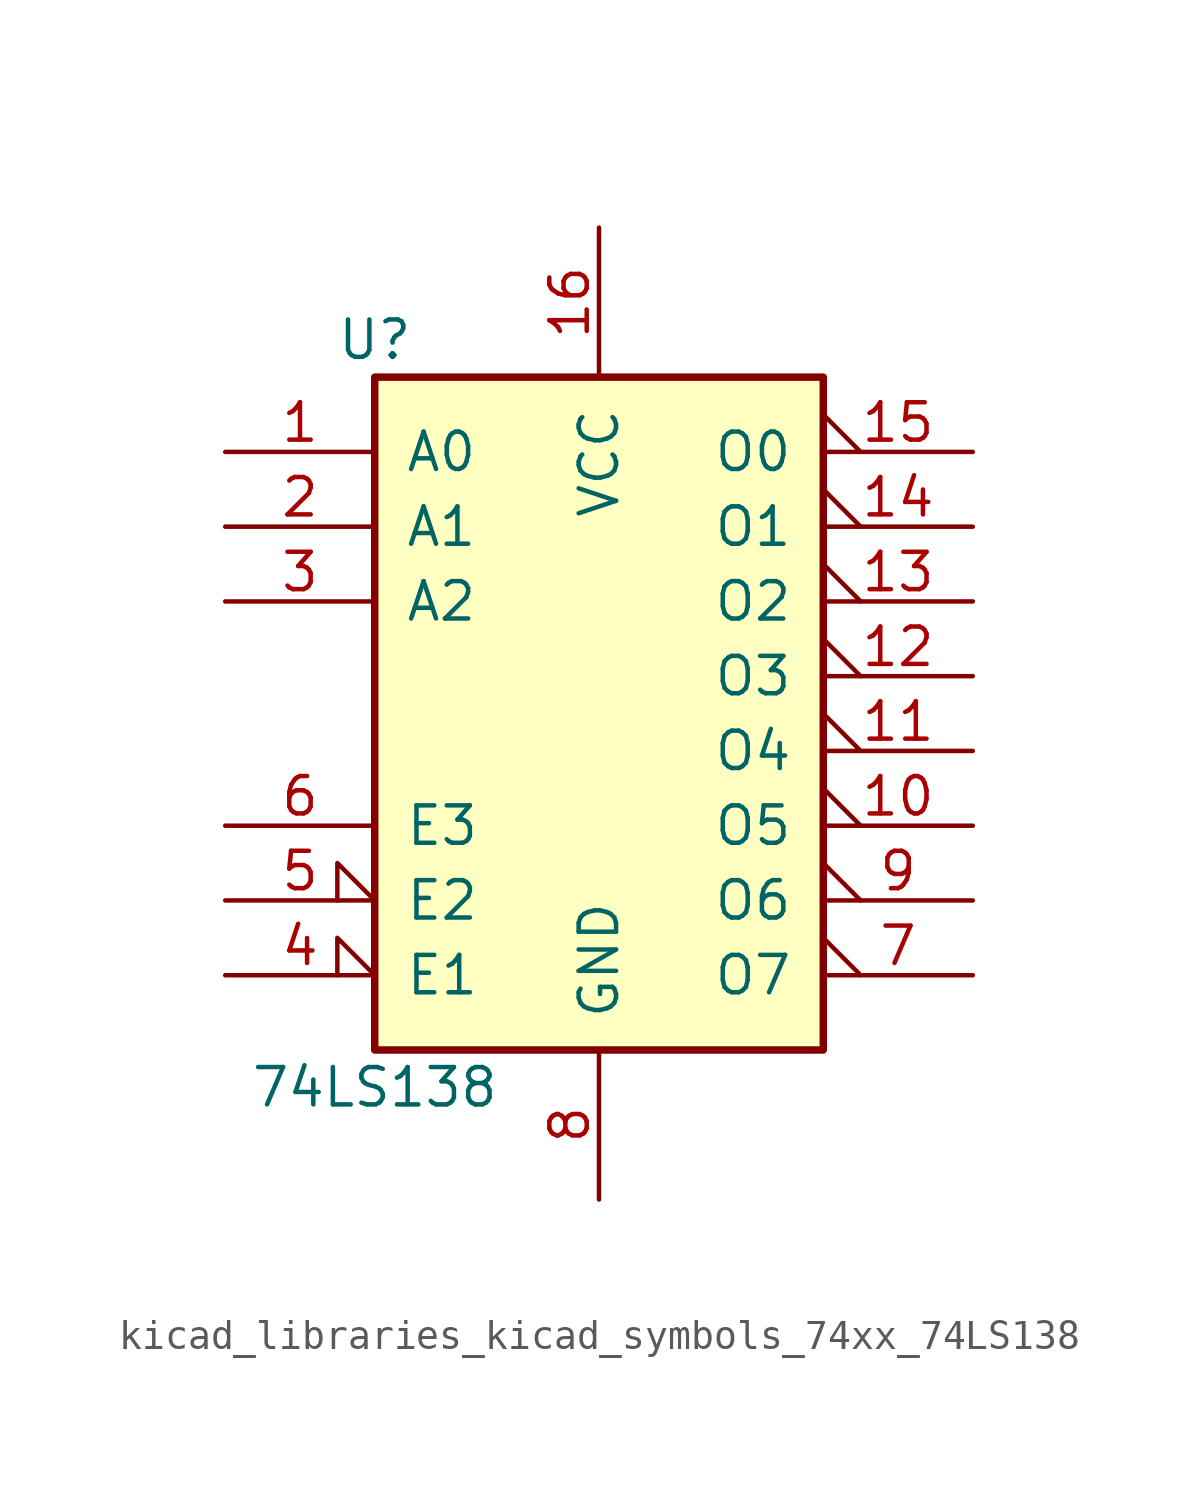
<source format=kicad_sym>
(kicad_symbol_lib
  (version 20220914)
  (generator kicad_symbol_editor)
  (symbol "kicad_libraries_kicad_symbols_74xx_74LS138"
    (pin_names
      (offset 1.016))
    (property "Reference" "U"
      (at -7.62 11.43 0)
      (effects (font (size 1.27 1.27))))
    (property "Value" "74LS138"
      (at -7.62 -13.97 0)
      (effects (font (size 1.27 1.27))))
    (property "ki_locked" ""
      (at 0 0 0)
      (effects (font (size 1.27 1.27))))
    (symbol "kicad_libraries_kicad_symbols_74xx_74LS138_1_0"
      (pin input line (at -12.7 7.62 0) (length 5.08) (name "A0" (effects (font (size 1.27 1.27)))) (number "1" (effects (font (size 1.27 1.27)))))
      (pin output output_low (at 12.7 -5.08 180) (length 5.08) (name "O5" (effects (font (size 1.27 1.27)))) (number "10" (effects (font (size 1.27 1.27)))))
      (pin output output_low (at 12.7 -2.54 180) (length 5.08) (name "O4" (effects (font (size 1.27 1.27)))) (number "11" (effects (font (size 1.27 1.27)))))
      (pin output output_low (at 12.7 0 180) (length 5.08) (name "O3" (effects (font (size 1.27 1.27)))) (number "12" (effects (font (size 1.27 1.27)))))
      (pin output output_low (at 12.7 2.54 180) (length 5.08) (name "O2" (effects (font (size 1.27 1.27)))) (number "13" (effects (font (size 1.27 1.27)))))
      (pin output output_low (at 12.7 5.08 180) (length 5.08) (name "O1" (effects (font (size 1.27 1.27)))) (number "14" (effects (font (size 1.27 1.27)))))
      (pin output output_low (at 12.7 7.62 180) (length 5.08) (name "O0" (effects (font (size 1.27 1.27)))) (number "15" (effects (font (size 1.27 1.27)))))
      (pin power_in line (at 0 15.24 270) (length 5.08) (name "VCC" (effects (font (size 1.27 1.27)))) (number "16" (effects (font (size 1.27 1.27)))))
      (pin input line (at -12.7 5.08 0) (length 5.08) (name "A1" (effects (font (size 1.27 1.27)))) (number "2" (effects (font (size 1.27 1.27)))))
      (pin input line (at -12.7 2.54 0) (length 5.08) (name "A2" (effects (font (size 1.27 1.27)))) (number "3" (effects (font (size 1.27 1.27)))))
      (pin input input_low (at -12.7 -10.16 0) (length 5.08) (name "E1" (effects (font (size 1.27 1.27)))) (number "4" (effects (font (size 1.27 1.27)))))
      (pin input input_low (at -12.7 -7.62 0) (length 5.08) (name "E2" (effects (font (size 1.27 1.27)))) (number "5" (effects (font (size 1.27 1.27)))))
      (pin input line (at -12.7 -5.08 0) (length 5.08) (name "E3" (effects (font (size 1.27 1.27)))) (number "6" (effects (font (size 1.27 1.27)))))
      (pin output output_low (at 12.7 -10.16 180) (length 5.08) (name "O7" (effects (font (size 1.27 1.27)))) (number "7" (effects (font (size 1.27 1.27)))))
      (pin power_in line (at 0 -17.78 90) (length 5.08) (name "GND" (effects (font (size 1.27 1.27)))) (number "8" (effects (font (size 1.27 1.27)))))
      (pin output output_low (at 12.7 -7.62 180) (length 5.08) (name "O6" (effects (font (size 1.27 1.27)))) (number "9" (effects (font (size 1.27 1.27))))))
    (symbol "kicad_libraries_kicad_symbols_74xx_74LS138_1_1"
      (rectangle (start -7.62 10.16) (end 7.62 -12.7) (stroke (width 0.254) (type default)) (fill (type background))))))
</source>
